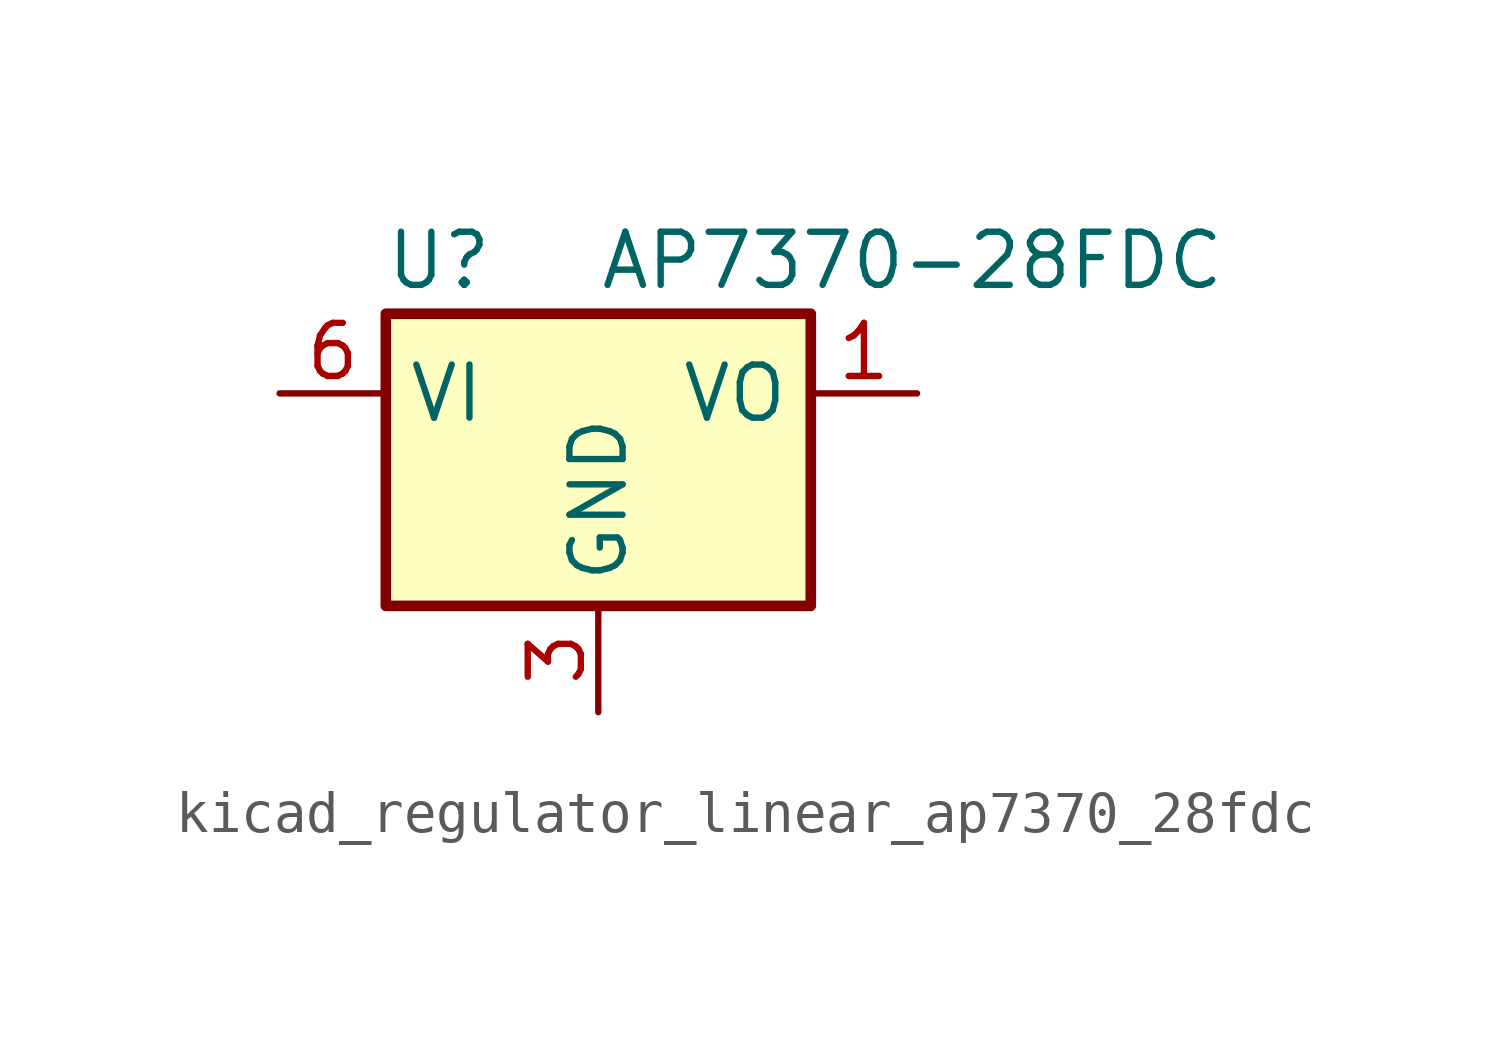
<source format=kicad_sym>
(kicad_symbol_lib
  (version 20220914)
  (generator kicad_symbol_editor)
  (symbol "kicad_regulator_linear_ap7370_28fdc"
    (property "Reference" "U"
      (at -3.81 3.175 0)
      (effects (font (size 1.27 1.27))))
    (property "Value" "AP7370-28FDC"
      (at 0 3.175 0)
      (effects (font (size 1.27 1.27)) (justify left)))
    (symbol "kicad_regulator_linear_ap7370_28fdc_0_1"
      (rectangle (start -5.08 -5.08) (end 5.08 1.905) (stroke (width 0.254) (type default)) (fill (type background))))
    (symbol "kicad_regulator_linear_ap7370_28fdc_1_1"
      (pin power_out line (at 7.62 0 180) (length 2.54) (name "VO" (effects (font (size 1.27 1.27)))) (number "1" (effects (font (size 1.27 1.27)))))
      (pin no_connect line (at -5.08 -2.54 0) (length 2.54) hide (name "NC" (effects (font (size 1.27 1.27)))) (number "2" (effects (font (size 1.27 1.27)))))
      (pin power_in line (at 0 -7.62 90) (length 2.54) (name "GND" (effects (font (size 1.27 1.27)))) (number "3" (effects (font (size 1.27 1.27)))))
      (pin no_connect line (at 5.08 -2.54 180) (length 2.54) hide (name "NC" (effects (font (size 1.27 1.27)))) (number "4" (effects (font (size 1.27 1.27)))))
      (pin no_connect line (at -5.08 -5.08 0) (length 2.54) hide (name "NC" (effects (font (size 1.27 1.27)))) (number "5" (effects (font (size 1.27 1.27)))))
      (pin power_in line (at -7.62 0 0) (length 2.54) (name "VI" (effects (font (size 1.27 1.27)))) (number "6" (effects (font (size 1.27 1.27)))))
      (pin passive line (at 0 -7.62 90) (length 2.54) hide (name "GND" (effects (font (size 1.27 1.27)))) (number "7" (effects (font (size 1.27 1.27))))))))
</source>
